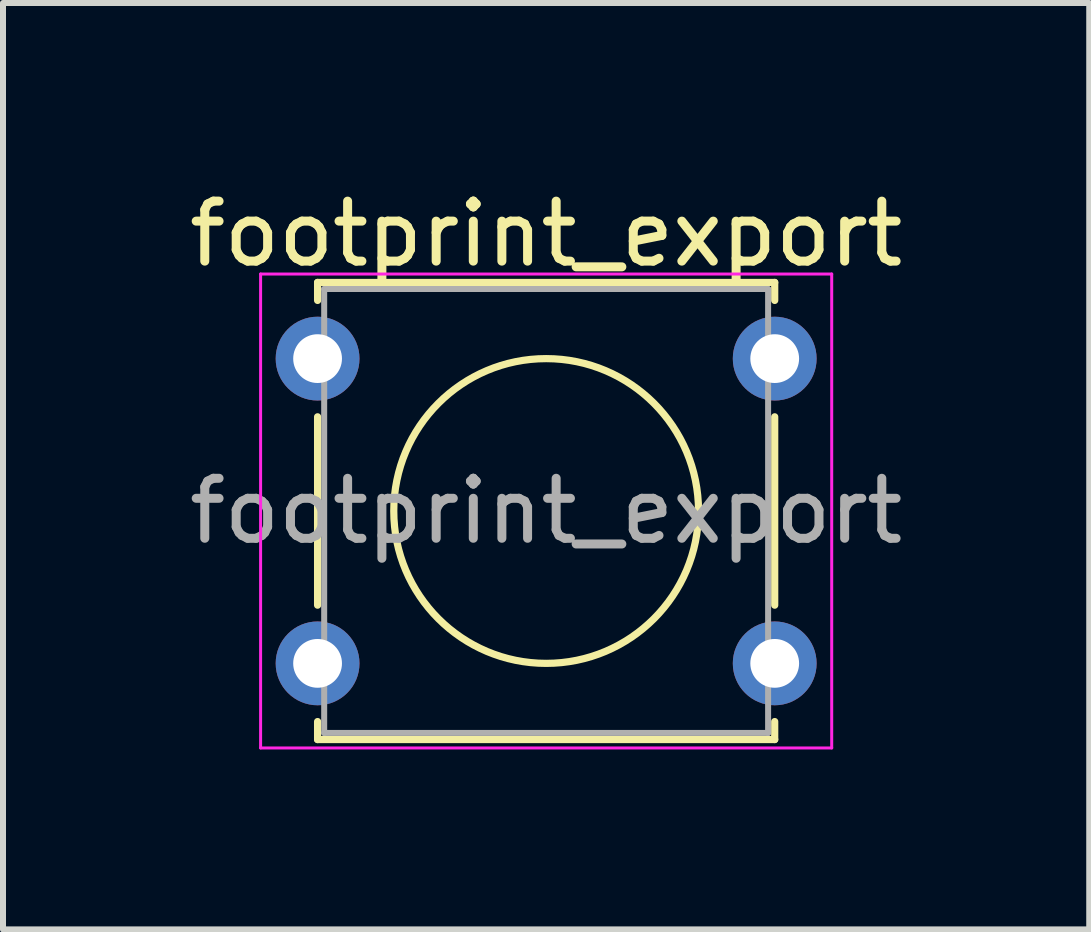
<source format=kicad_pcb>
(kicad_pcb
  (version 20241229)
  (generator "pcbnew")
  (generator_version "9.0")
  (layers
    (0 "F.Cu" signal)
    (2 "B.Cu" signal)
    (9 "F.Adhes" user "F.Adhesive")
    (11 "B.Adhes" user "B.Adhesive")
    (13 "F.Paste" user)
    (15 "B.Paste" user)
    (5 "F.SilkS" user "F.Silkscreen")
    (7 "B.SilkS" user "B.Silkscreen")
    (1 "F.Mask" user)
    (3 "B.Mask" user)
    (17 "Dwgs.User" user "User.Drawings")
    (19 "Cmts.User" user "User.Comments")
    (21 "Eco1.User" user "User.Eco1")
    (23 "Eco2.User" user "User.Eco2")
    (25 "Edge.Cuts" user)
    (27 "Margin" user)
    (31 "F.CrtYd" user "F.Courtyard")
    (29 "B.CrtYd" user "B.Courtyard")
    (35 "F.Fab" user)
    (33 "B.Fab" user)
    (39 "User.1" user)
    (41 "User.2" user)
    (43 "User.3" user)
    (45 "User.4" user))
  (footprint "footprint_export"
    (layer "F.Cu")
    (at 2.244 2.928)
    (property "Reference" "footprint_export" (at 3.81 -2.08 0) (layer "F.SilkS") (effects (font (size 1 1) (thickness 0.15))))
    (attr through_hole)
    (fp_line (start 0 -1.27) (end 0 -0.97) (stroke (width 0.12) (type solid)) (layer "F.SilkS"))
    (fp_line (start 0 -1.27) (end 7.62 -1.27) (stroke (width 0.12) (type solid)) (layer "F.SilkS"))
    (fp_line (start 0 0.97) (end 0 4.11) (stroke (width 0.12) (type solid)) (layer "F.SilkS"))
    (fp_line (start 0 6.05) (end 0 6.35) (stroke (width 0.12) (type solid)) (layer "F.SilkS"))
    (fp_line (start 7.62 -1.27) (end 7.62 -0.97) (stroke (width 0.12) (type solid)) (layer "F.SilkS"))
    (fp_line (start 7.62 0.97) (end 7.62 4.11) (stroke (width 0.12) (type solid)) (layer "F.SilkS"))
    (fp_line (start 7.62 6.05) (end 7.62 6.35) (stroke (width 0.12) (type solid)) (layer "F.SilkS"))
    (fp_line (start 7.62 6.35) (end 0 6.35) (stroke (width 0.12) (type solid)) (layer "F.SilkS"))
    (fp_circle (center 3.81 2.54) (end 3.81 0) (stroke (width 0.12) (type solid)) (fill no) (layer "F.SilkS"))
    (fp_line (start -0.95 -1.41) (end -0.95 6.49) (stroke (width 0.05) (type solid)) (layer "F.CrtYd"))
    (fp_line (start -0.95 -1.41) (end 8.57 -1.41) (stroke (width 0.05) (type solid)) (layer "F.CrtYd"))
    (fp_line (start 8.57 6.49) (end -0.95 6.49) (stroke (width 0.05) (type solid)) (layer "F.CrtYd"))
    (fp_line (start 8.57 6.49) (end 8.57 -1.41) (stroke (width 0.05) (type solid)) (layer "F.CrtYd"))
    (fp_line (start 0.11 -1.16) (end 7.51 -1.16) (stroke (width 0.1) (type solid)) (layer "F.Fab"))
    (fp_line (start 0.11 6.24) (end 0.11 -1.16) (stroke (width 0.1) (type solid)) (layer "F.Fab"))
    (fp_line (start 7.51 -1.16) (end 7.51 6.24) (stroke (width 0.1) (type solid)) (layer "F.Fab"))
    (fp_line (start 7.51 6.24) (end 0.11 6.24) (stroke (width 0.1) (type solid)) (layer "F.Fab"))
    (fp_text user "${REFERENCE}" (at 3.81 2.54 0) (layer "F.Fab") (effects (font (size 1 1) (thickness 0.15))))
    (pad "1" thru_hole circle (at 0 0) (size 1.397 1.397) (drill 0.813) (layers "*.Cu" "*.Mask"))
    (pad "1" thru_hole circle (at 7.62 0) (size 1.397 1.397) (drill 0.813) (layers "*.Cu" "*.Mask"))
    (pad "2" thru_hole circle (at 0 5.08) (size 1.397 1.397) (drill 0.813) (layers "*.Cu" "*.Mask"))
    (pad "2" thru_hole circle (at 7.62 5.08) (size 1.397 1.397) (drill 0.813) (layers "*.Cu" "*.Mask")))
  (gr_rect
    (start -3 -3)
    (end 15.107 12.443)
    (stroke (width 0.1) (type default))
    (fill no)
    (layer "Edge.Cuts")))
</source>
